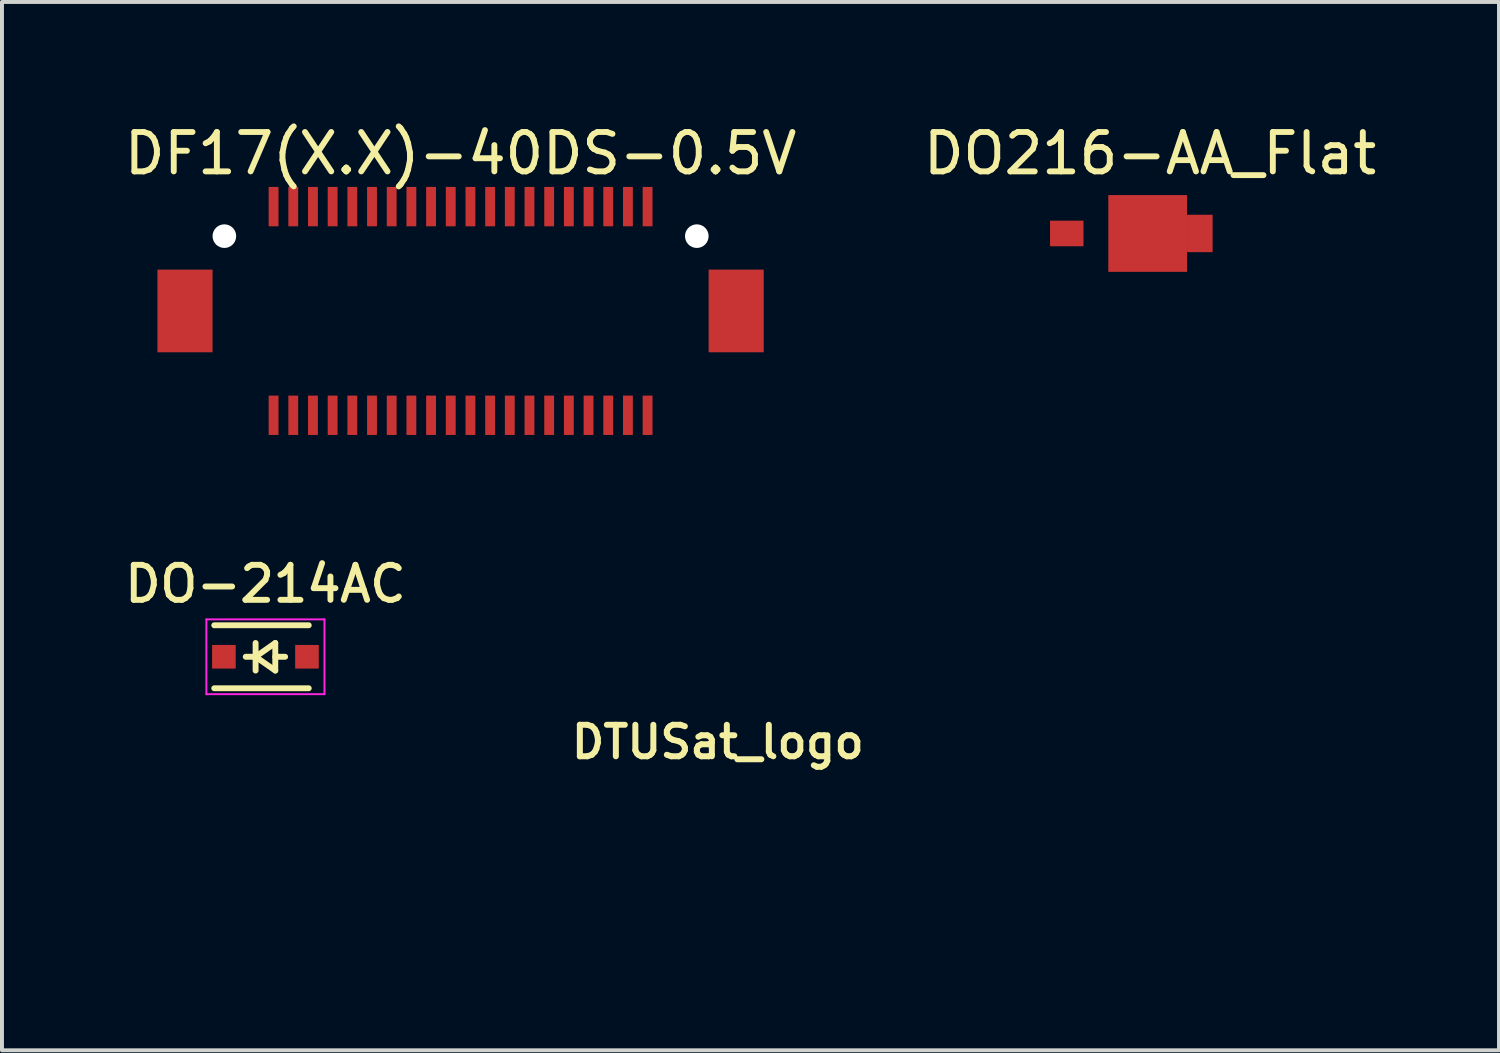
<source format=kicad_pcb>
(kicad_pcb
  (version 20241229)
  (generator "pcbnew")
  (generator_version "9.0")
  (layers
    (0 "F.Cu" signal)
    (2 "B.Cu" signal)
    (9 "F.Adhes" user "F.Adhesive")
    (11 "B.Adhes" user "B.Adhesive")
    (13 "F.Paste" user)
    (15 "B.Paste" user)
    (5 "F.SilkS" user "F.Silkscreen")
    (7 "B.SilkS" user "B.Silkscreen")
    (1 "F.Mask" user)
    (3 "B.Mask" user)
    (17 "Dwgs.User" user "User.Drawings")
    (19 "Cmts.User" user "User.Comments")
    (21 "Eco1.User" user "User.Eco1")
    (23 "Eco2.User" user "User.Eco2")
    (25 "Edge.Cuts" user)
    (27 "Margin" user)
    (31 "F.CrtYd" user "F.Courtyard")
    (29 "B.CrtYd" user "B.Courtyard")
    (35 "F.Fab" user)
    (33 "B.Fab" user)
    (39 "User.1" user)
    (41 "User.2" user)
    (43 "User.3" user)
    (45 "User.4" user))
  (footprint "DO-214AC"
    (layer "F.Cu")
    (at 3.692 13.632)
    (property "Reference" "DO-214AC" (at 0 -1.85 0) (layer "F.SilkS") (effects (font (size 0.889 0.889) (thickness 0.15))))
    (attr smd)
    (fp_line (start -1.3 -0.8) (end 1.1 -0.8) (stroke (width 0.15) (type solid)) (layer "F.SilkS"))
    (fp_line (start -1.3 0.8) (end 1.1 0.8) (stroke (width 0.15) (type solid)) (layer "F.SilkS"))
    (fp_line (start -0.25 -0.35) (end -0.25 0.35) (stroke (width 0.15) (type solid)) (layer "F.SilkS"))
    (fp_line (start -0.25 0) (end -0.5 0) (stroke (width 0.15) (type solid)) (layer "F.SilkS"))
    (fp_line (start -0.25 0) (end 0.25 -0.35) (stroke (width 0.15) (type solid)) (layer "F.SilkS"))
    (fp_line (start 0.25 -0.35) (end 0.25 0.35) (stroke (width 0.15) (type solid)) (layer "F.SilkS"))
    (fp_line (start 0.25 0) (end 0.5 0) (stroke (width 0.15) (type solid)) (layer "F.SilkS"))
    (fp_line (start 0.25 0.35) (end -0.25 0) (stroke (width 0.15) (type solid)) (layer "F.SilkS"))
    (fp_line (start -1.5 -0.95) (end -1.5 0.95) (stroke (width 0.05) (type solid)) (layer "F.CrtYd"))
    (fp_line (start -1.5 -0.95) (end 1.5 -0.95) (stroke (width 0.05) (type solid)) (layer "F.CrtYd"))
    (fp_line (start -1.5 0.95) (end 1.5 0.95) (stroke (width 0.05) (type solid)) (layer "F.CrtYd"))
    (fp_line (start 1.5 -0.95) (end 1.5 0.95) (stroke (width 0.05) (type solid)) (layer "F.CrtYd"))
    (pad "1" smd rect (at -1.055 0) (size 0.6 0.6) (layers "F.Cu" "F.Mask" "F.Paste"))
    (pad "2" smd rect (at 1.055 0) (size 0.6 0.6) (layers "F.Cu" "F.Mask" "F.Paste")))
  (footprint "DO216-AA_Flat"
    (layer "F.Cu")
    (at 23.621 2.88)
    (property "Reference" "DO216-AA_Flat" (at 2.54 -2.032 0) (layer "F.SilkS") (effects (font (size 1 1) (thickness 0.15))))
    (attr smd)
    (pad "1" smd rect (at 0.425 0) (size 0.85 0.65) (layers "F.Cu" "F.Mask" "F.Paste"))
    (pad "2" smd rect (at 2.48 0) (size 2 1.95) (layers "F.Cu" "F.Mask" "F.Paste"))
    (pad "2" smd rect (at 3.805 0) (size 0.65 0.95) (layers "F.Cu" "F.Mask" "F.Paste")))
  (footprint "DF17(X.X)-40DS-0.5V"
    (layer "F.Cu")
    (at 8.649 4.848)
    (property "Reference" "DF17(X.X)-40DS-0.5V" (at 0 -4 0) (layer "F.SilkS") (effects (font (size 1 1) (thickness 0.15))))
    (attr smd)
    (pad "" np_thru_hole circle (at -6 -1.9) (size 0.6 0.6) (drill 0.6) (layers "*.Cu" "*.Mask"))
    (pad "" np_thru_hole circle (at 6 -1.9) (size 0.6 0.6) (drill 0.6) (layers "*.Cu" "*.Mask"))
    (pad "1" smd rect (at -4.75 -2.65) (size 0.25 1) (layers "F.Cu" "F.Mask" "F.Paste"))
    (pad "2" smd rect (at -4.75 2.65) (size 0.25 1) (layers "F.Cu" "F.Mask" "F.Paste"))
    (pad "3" smd rect (at -4.25 -2.65) (size 0.25 1) (layers "F.Cu" "F.Mask" "F.Paste"))
    (pad "4" smd rect (at -4.25 2.65) (size 0.25 1) (layers "F.Cu" "F.Mask" "F.Paste"))
    (pad "5" smd rect (at -3.75 -2.65) (size 0.25 1) (layers "F.Cu" "F.Mask" "F.Paste"))
    (pad "6" smd rect (at -3.75 2.65) (size 0.25 1) (layers "F.Cu" "F.Mask" "F.Paste"))
    (pad "7" smd rect (at -3.25 -2.65) (size 0.25 1) (layers "F.Cu" "F.Mask" "F.Paste"))
    (pad "8" smd rect (at -3.25 2.65) (size 0.25 1) (layers "F.Cu" "F.Mask" "F.Paste"))
    (pad "9" smd rect (at -2.75 -2.65) (size 0.25 1) (layers "F.Cu" "F.Mask" "F.Paste"))
    (pad "10" smd rect (at -2.75 2.65) (size 0.25 1) (layers "F.Cu" "F.Mask" "F.Paste"))
    (pad "11" smd rect (at -2.25 -2.65) (size 0.25 1) (layers "F.Cu" "F.Mask" "F.Paste"))
    (pad "12" smd rect (at -2.25 2.65) (size 0.25 1) (layers "F.Cu" "F.Mask" "F.Paste"))
    (pad "13" smd rect (at -1.75 -2.65) (size 0.25 1) (layers "F.Cu" "F.Mask" "F.Paste"))
    (pad "14" smd rect (at -1.75 2.65) (size 0.25 1) (layers "F.Cu" "F.Mask" "F.Paste"))
    (pad "15" smd rect (at -1.25 -2.65) (size 0.25 1) (layers "F.Cu" "F.Mask" "F.Paste"))
    (pad "16" smd rect (at -1.25 2.65) (size 0.25 1) (layers "F.Cu" "F.Mask" "F.Paste"))
    (pad "17" smd rect (at -0.75 -2.65) (size 0.25 1) (layers "F.Cu" "F.Mask" "F.Paste"))
    (pad "18" smd rect (at -0.75 2.65) (size 0.25 1) (layers "F.Cu" "F.Mask" "F.Paste"))
    (pad "19" smd rect (at -0.25 -2.65) (size 0.25 1) (layers "F.Cu" "F.Mask" "F.Paste"))
    (pad "20" smd rect (at -0.25 2.65) (size 0.25 1) (layers "F.Cu" "F.Mask" "F.Paste"))
    (pad "21" smd rect (at 0.25 -2.65) (size 0.25 1) (layers "F.Cu" "F.Mask" "F.Paste"))
    (pad "22" smd rect (at 0.25 2.65) (size 0.25 1) (layers "F.Cu" "F.Mask" "F.Paste"))
    (pad "23" smd rect (at 0.75 -2.65) (size 0.25 1) (layers "F.Cu" "F.Mask" "F.Paste"))
    (pad "24" smd rect (at 0.75 2.65) (size 0.25 1) (layers "F.Cu" "F.Mask" "F.Paste"))
    (pad "25" smd rect (at 1.25 -2.65) (size 0.25 1) (layers "F.Cu" "F.Mask" "F.Paste"))
    (pad "26" smd rect (at 1.25 2.65) (size 0.25 1) (layers "F.Cu" "F.Mask" "F.Paste"))
    (pad "27" smd rect (at 1.75 -2.65) (size 0.25 1) (layers "F.Cu" "F.Mask" "F.Paste"))
    (pad "28" smd rect (at 1.75 2.65) (size 0.25 1) (layers "F.Cu" "F.Mask" "F.Paste"))
    (pad "29" smd rect (at 2.25 -2.65) (size 0.25 1) (layers "F.Cu" "F.Mask" "F.Paste"))
    (pad "30" smd rect (at 2.25 2.65) (size 0.25 1) (layers "F.Cu" "F.Mask" "F.Paste"))
    (pad "31" smd rect (at 2.75 -2.65) (size 0.25 1) (layers "F.Cu" "F.Mask" "F.Paste"))
    (pad "32" smd rect (at 2.75 2.65) (size 0.25 1) (layers "F.Cu" "F.Mask" "F.Paste"))
    (pad "33" smd rect (at 3.25 -2.65) (size 0.25 1) (layers "F.Cu" "F.Mask" "F.Paste"))
    (pad "34" smd rect (at 3.25 2.65) (size 0.25 1) (layers "F.Cu" "F.Mask" "F.Paste"))
    (pad "35" smd rect (at 3.75 -2.65) (size 0.25 1) (layers "F.Cu" "F.Mask" "F.Paste"))
    (pad "36" smd rect (at 3.75 2.65) (size 0.25 1) (layers "F.Cu" "F.Mask" "F.Paste"))
    (pad "37" smd rect (at 4.25 -2.65) (size 0.25 1) (layers "F.Cu" "F.Mask" "F.Paste"))
    (pad "38" smd rect (at 4.25 2.65) (size 0.25 1) (layers "F.Cu" "F.Mask" "F.Paste"))
    (pad "39" smd rect (at 4.75 -2.65) (size 0.25 1) (layers "F.Cu" "F.Mask" "F.Paste"))
    (pad "40" smd rect (at 4.75 2.65) (size 0.25 1) (layers "F.Cu" "F.Mask" "F.Paste"))
    (pad "M" smd rect (at -7 0) (size 1.4 2.1) (layers "F.Cu" "F.Mask" "F.Paste"))
    (pad "M" smd rect (at 7 0) (size 1.4 2.1) (layers "F.Cu" "F.Mask" "F.Paste")))
  (footprint "DTUSat_logo"
    (layer "F.Cu")
    (at 15.183 15.797)
    (property "Reference" "DTUSat_logo" (at 0 0 0) (layer "F.SilkS") (effects (font (size 0.8 0.8) (thickness 0.152))))
    (attr exclude_from_pos_files exclude_from_bom)
    (fp_poly (pts (xy 1.905 -1.905) (xy 3.747 -1.905) (xy 3.747 -1.492) (xy 1.905 -1.492) (xy 1.905 -0.794) (xy 1.524 -0.794) (xy 1.524 -2.635) (xy 1.905 -2.635) (xy 1.905 -1.905)) (stroke (width 0.01) (type solid)) (fill yes) (layer "F.Mask"))
    (fp_poly (pts (xy 2.669 -0.613) (xy 2.746 -0.554) (xy 2.841 -0.468) (xy 2.907 -0.403) (xy 3.121 -0.139) (xy 3.31 0.181) (xy 3.474 0.557) (xy 3.613 0.987) (xy 3.724 1.469) (xy 3.793 1.881) (xy 3.814 2.032) (xy 3.47 2.032) (xy 3.448 1.822) (xy 3.422 1.646) (xy 3.376 1.429) (xy 3.317 1.19) (xy 3.249 0.949) (xy 3.177 0.723) (xy 3.106 0.531) (xy 3.089 0.491) (xy 2.96 0.223) (xy 2.815 -0.009) (xy 2.699 -0.159) (xy 2.634 -0.238) (xy 2.507 -0.095) (xy 2.367 0.097) (xy 2.232 0.343) (xy 2.107 0.635) (xy 1.995 0.964) (xy 1.899 1.322) (xy 1.822 1.698) (xy 1.792 1.881) (xy 1.771 2.032) (xy 1.452 2.032) (xy 1.474 1.818) (xy 1.529 1.438) (xy 1.616 1.059) (xy 1.73 0.693) (xy 1.867 0.349) (xy 2.024 0.039) (xy 2.195 -0.229) (xy 2.353 -0.418) (xy 2.45 -0.513) (xy 2.538 -0.586) (xy 2.602 -0.629) (xy 2.623 -0.635) (xy 2.669 -0.613)) (stroke (width 0.01) (type solid)) (fill yes) (layer "F.Mask"))
    (fp_poly (pts (xy 3.236 2.61) (xy 3.406 2.653) (xy 3.548 2.749) (xy 3.666 2.901) (xy 3.672 2.911) (xy 3.739 3.076) (xy 3.773 3.274) (xy 3.772 3.485) (xy 3.735 3.685) (xy 3.735 3.686) (xy 3.695 3.814) (xy 3.661 3.891) (xy 3.621 3.924) (xy 3.566 3.922) (xy 3.482 3.895) (xy 3.471 3.891) (xy 3.379 3.854) (xy 3.312 3.823) (xy 3.293 3.811) (xy 3.291 3.772) (xy 3.312 3.697) (xy 3.332 3.649) (xy 3.375 3.516) (xy 3.395 3.369) (xy 3.391 3.229) (xy 3.365 3.117) (xy 3.348 3.087) (xy 3.288 3.035) (xy 3.196 3.017) (xy 3.176 3.016) (xy 3.06 3.041) (xy 2.951 3.118) (xy 2.846 3.251) (xy 2.757 3.409) (xy 2.657 3.593) (xy 2.564 3.726) (xy 2.468 3.818) (xy 2.369 3.876) (xy 2.224 3.92) (xy 2.062 3.933) (xy 1.915 3.915) (xy 1.873 3.901) (xy 1.75 3.824) (xy 1.638 3.704) (xy 1.554 3.56) (xy 1.536 3.514) (xy 1.504 3.346) (xy 1.501 3.154) (xy 1.526 2.966) (xy 1.576 2.814) (xy 1.614 2.748) (xy 1.656 2.715) (xy 1.717 2.715) (xy 1.813 2.745) (xy 1.893 2.778) (xy 1.995 2.82) (xy 1.928 2.956) (xy 1.877 3.098) (xy 1.859 3.239) (xy 1.874 3.363) (xy 1.921 3.453) (xy 1.934 3.465) (xy 2.033 3.518) (xy 2.132 3.514) (xy 2.234 3.453) (xy 2.341 3.332) (xy 2.455 3.15) (xy 2.477 3.111) (xy 2.601 2.906) (xy 2.727 2.758) (xy 2.861 2.663) (xy 3.013 2.614) (xy 3.19 2.607) (xy 3.236 2.61)) (stroke (width 0.01) (type solid)) (fill yes) (layer "F.Mask"))
    (fp_poly (pts (xy 4.826 4.826) (xy -4.794 4.826) (xy -4.794 -2.945) (xy -4.445 -2.945) (xy -4.445 0.782) (xy -4.445 4.508) (xy 4.508 4.508) (xy 4.508 -4.445) (xy -0.318 -4.445) (xy -0.318 -3.902) (xy -0.319 -3.669) (xy -0.327 -3.49) (xy -0.342 -3.354) (xy -0.368 -3.254) (xy -0.407 -3.178) (xy -0.462 -3.118) (xy -0.535 -3.064) (xy -0.537 -3.062) (xy -0.706 -2.982) (xy -0.9 -2.941) (xy -1.098 -2.939) (xy -1.284 -2.977) (xy -1.432 -3.05) (xy -1.505 -3.11) (xy -1.561 -3.178) (xy -1.601 -3.263) (xy -1.627 -3.374) (xy -1.643 -3.522) (xy -1.65 -3.717) (xy -1.651 -3.904) (xy -1.651 -4.445) (xy -1.302 -4.445) (xy -1.301 -3.929) (xy -1.298 -3.702) (xy -1.291 -3.534) (xy -1.28 -3.424) (xy -1.263 -3.367) (xy -1.261 -3.363) (xy -1.159 -3.28) (xy -1.028 -3.242) (xy -0.886 -3.251) (xy -0.796 -3.285) (xy -0.738 -3.325) (xy -0.696 -3.384) (xy -0.666 -3.47) (xy -0.648 -3.593) (xy -0.638 -3.761) (xy -0.635 -3.983) (xy -0.635 -3.989) (xy -0.635 -4.445) (xy -1.302 -4.445) (xy -1.651 -4.445) (xy -2.031 -4.445) (xy -2.412 -4.445) (xy -2.42 -3.707) (xy -2.429 -2.969) (xy -2.596 -2.959) (xy -2.762 -2.949) (xy -2.762 -4.445) (xy -3.552 -4.445) (xy -3.487 -4.298) (xy -3.449 -4.16) (xy -3.431 -3.986) (xy -3.433 -3.796) (xy -3.454 -3.614) (xy -3.494 -3.462) (xy -3.515 -3.413) (xy -3.632 -3.241) (xy -3.781 -3.113) (xy -3.97 -3.025) (xy -4.206 -2.972) (xy -4.254 -2.966) (xy -4.445 -2.945) (xy -4.794 -2.945) (xy -4.794 -4.445) (xy -4.413 -4.445) (xy -4.413 -3.27) (xy -4.278 -3.27) (xy -4.161 -3.285) (xy -4.049 -3.321) (xy -4.033 -3.329) (xy -3.91 -3.43) (xy -3.826 -3.578) (xy -3.784 -3.77) (xy -3.778 -3.88) (xy -3.794 -4.09) (xy -3.844 -4.249) (xy -3.93 -4.359) (xy -4.055 -4.423) (xy -4.22 -4.445) (xy -4.227 -4.445) (xy -4.413 -4.445) (xy -4.794 -4.445) (xy -4.794 -4.794) (xy 4.826 -4.794) (xy 4.826 4.826)) (stroke (width 0.01) (type solid)) (fill yes) (layer "F.Mask")))
  (gr_rect
    (start -3 -3)
    (end 35.024 23.628)
    (stroke (width 0.1) (type default))
    (fill no)
    (layer "Edge.Cuts")))
</source>
